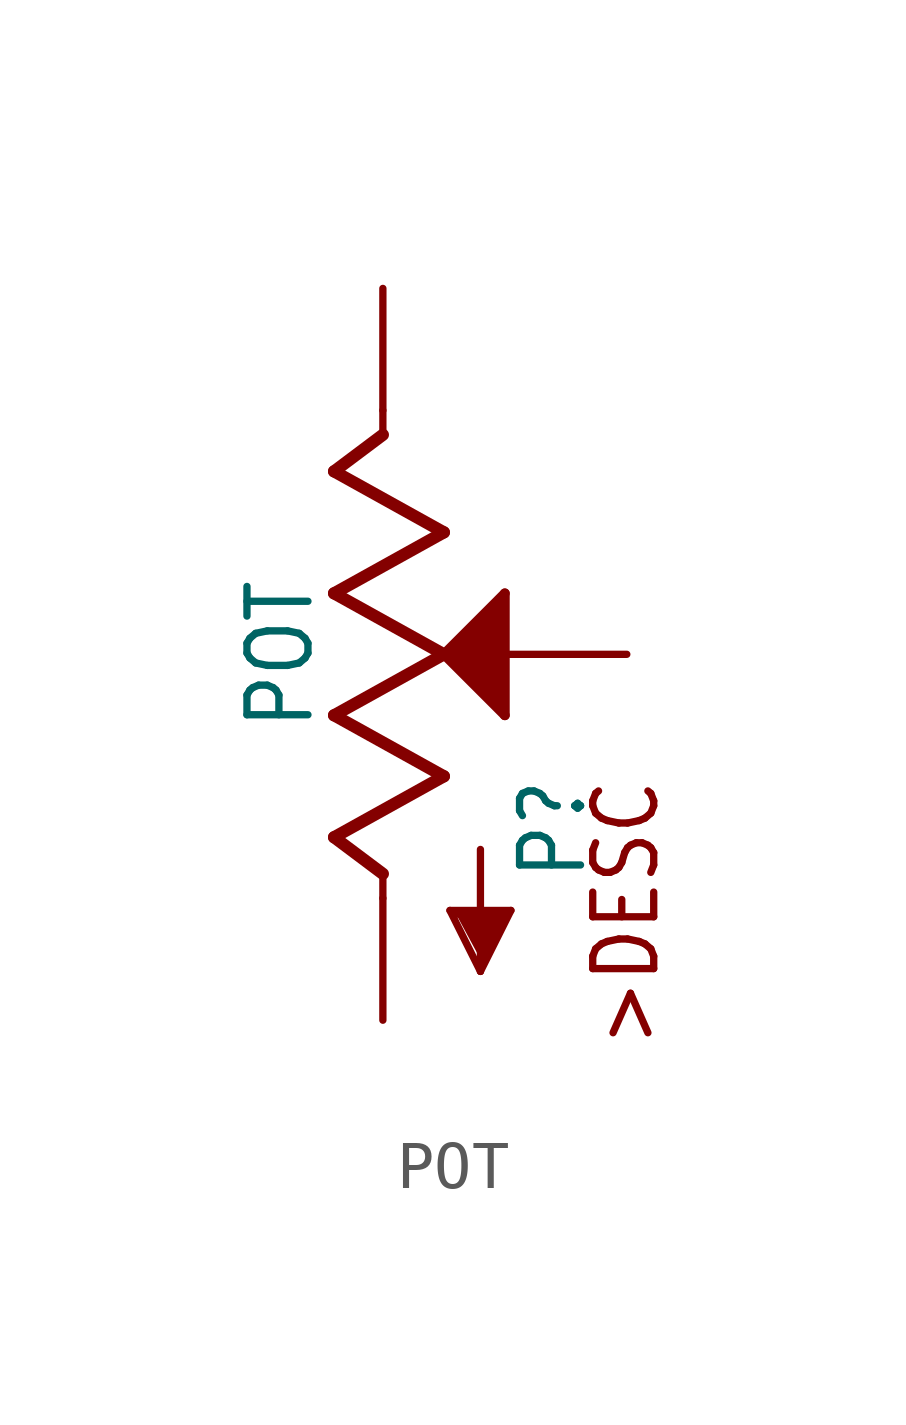
<source format=kicad_sym>
(kicad_symbol_lib
  (version 20211014)
  (generator kicad_symbol_editor)
  (symbol "POT"
    (property "Reference" "P"
      (at 2.794 -2.54 90)
      (effects (font (size 1.27 1.079)) (justify right top)))
    (property "Value" "POT"
      (at -1.397 0 90)
      (effects (font (size 1.27 1.079)) (justify bottom)))
    (property "ki_locked" ""
      (at 0 0 0)
      (effects (font (size 1.27 1.27))))
    (symbol "POT_1_0"
      (polyline (pts (xy -1.016 -3.81) (xy 1.27 -2.54)) (stroke (width 0.254) (type default) (color 0 0 0 0)) (fill (type none)))
      (polyline (pts (xy -1.016 -1.27) (xy 1.27 0)) (stroke (width 0.254) (type default) (color 0 0 0 0)) (fill (type none)))
      (polyline (pts (xy -1.016 1.27) (xy 1.27 2.54)) (stroke (width 0.254) (type default) (color 0 0 0 0)) (fill (type none)))
      (polyline (pts (xy -1.016 3.81) (xy 0 4.572)) (stroke (width 0.254) (type default) (color 0 0 0 0)) (fill (type none)))
      (polyline (pts (xy 0 -5.08) (xy 0 -4.572)) (stroke (width 0.152) (type default) (color 0 0 0 0)) (fill (type none)))
      (polyline (pts (xy 0 -4.572) (xy -1.016 -3.81)) (stroke (width 0.254) (type default) (color 0 0 0 0)) (fill (type none)))
      (polyline (pts (xy 0 4.572) (xy 0 5.08)) (stroke (width 0.152) (type default) (color 0 0 0 0)) (fill (type none)))
      (polyline (pts (xy 1.27 -2.54) (xy -1.016 -1.27)) (stroke (width 0.254) (type default) (color 0 0 0 0)) (fill (type none)))
      (polyline (pts (xy 1.27 0) (xy -1.016 1.27)) (stroke (width 0.254) (type default) (color 0 0 0 0)) (fill (type none)))
      (polyline (pts (xy 1.27 0) (xy 2.54 1.27)) (stroke (width 0.203) (type default) (color 0 0 0 0)) (fill (type none)))
      (polyline (pts (xy 1.27 2.54) (xy -1.016 3.81)) (stroke (width 0.254) (type default) (color 0 0 0 0)) (fill (type none)))
      (polyline (pts (xy 1.397 -5.334) (xy 2.032 -6.604)) (stroke (width 0.152) (type default) (color 0 0 0 0)) (fill (type none)))
      (polyline (pts (xy 2.032 -6.604) (xy 2.667 -5.334)) (stroke (width 0.152) (type default) (color 0 0 0 0)) (fill (type none)))
      (polyline (pts (xy 2.032 -4.064) (xy 2.032 -6.604)) (stroke (width 0.152) (type default) (color 0 0 0 0)) (fill (type none)))
      (polyline (pts (xy 2.54 -1.27) (xy 1.27 0)) (stroke (width 0.203) (type default) (color 0 0 0 0)) (fill (type none)))
      (polyline (pts (xy 2.54 1.27) (xy 2.54 -1.27)) (stroke (width 0.203) (type default) (color 0 0 0 0)) (fill (type none)))
      (polyline (pts (xy 2.667 -5.334) (xy 1.397 -5.334)) (stroke (width 0.152) (type default) (color 0 0 0 0)) (fill (type none)))
      (polyline (pts (xy 1.524 -5.41) (xy 2.54 -5.41) (xy 2.032 -6.35)) (stroke (width 0) (type default) (color 0 0 0 0)) (fill (type outline)))
      (polyline (pts (xy 2.54 1.27) (xy 1.27 0) (xy 2.54 -1.27)) (stroke (width 0) (type default) (color 0 0 0 0)) (fill (type outline)))
      (text ">DESC" (at 4.318 -2.54 900) (effects (font (size 1.27 1.079)) (justify right top)))
      (pin passive line (at 0 7.62 270) (length 2.54) (name "E" (effects (font (size 0 0)))) (number "P$1" (effects (font (size 0 0)))))
      (pin passive line (at 5.08 0 180) (length 2.54) (name "S" (effects (font (size 0 0)))) (number "P$2" (effects (font (size 0 0)))))
      (pin passive line (at 0 -7.62 90) (length 2.54) (name "A" (effects (font (size 0 0)))) (number "P$3" (effects (font (size 0 0))))))))
</source>
